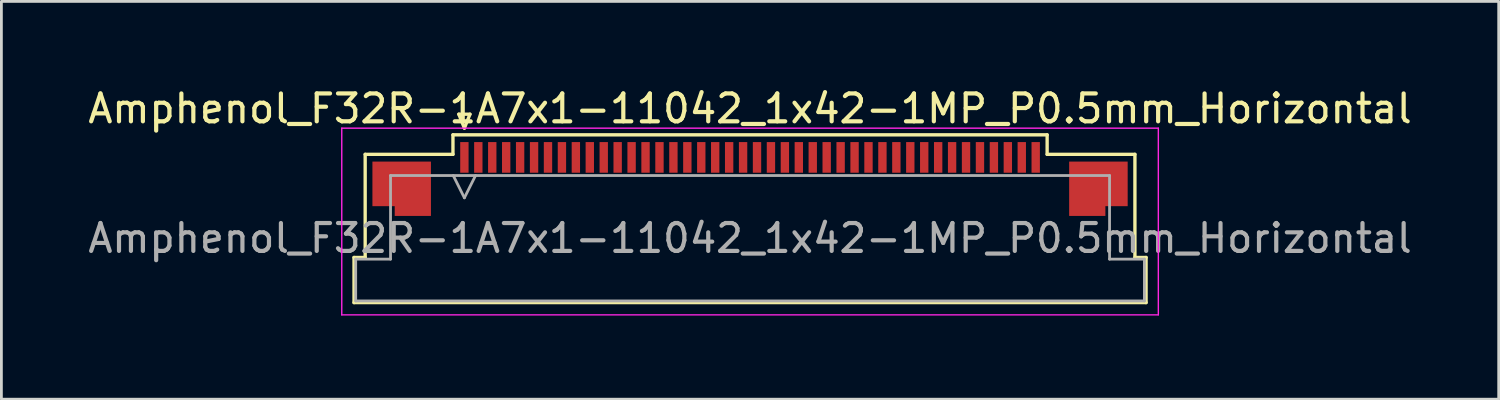
<source format=kicad_pcb>
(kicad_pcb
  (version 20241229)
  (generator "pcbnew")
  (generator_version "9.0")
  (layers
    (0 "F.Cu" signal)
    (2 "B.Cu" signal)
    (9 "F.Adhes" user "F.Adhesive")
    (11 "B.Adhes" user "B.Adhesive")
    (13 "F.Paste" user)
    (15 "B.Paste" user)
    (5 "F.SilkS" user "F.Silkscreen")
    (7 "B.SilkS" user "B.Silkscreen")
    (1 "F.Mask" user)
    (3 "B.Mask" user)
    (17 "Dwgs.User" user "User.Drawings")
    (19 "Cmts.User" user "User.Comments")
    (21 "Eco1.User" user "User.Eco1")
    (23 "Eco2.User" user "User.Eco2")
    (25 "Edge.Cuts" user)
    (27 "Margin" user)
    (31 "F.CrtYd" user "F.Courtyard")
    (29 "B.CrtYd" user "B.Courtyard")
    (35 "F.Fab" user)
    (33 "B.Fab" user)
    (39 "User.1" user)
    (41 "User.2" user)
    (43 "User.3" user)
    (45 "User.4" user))
  (footprint "Amphenol_F32R-1A7x1-11042_1x42-1MP_P0.5mm_Horizontal"
    (layer "F.Cu")
    (at 23.863 5.498)
    (property "Reference" "Amphenol_F32R-1A7x1-11042_1x42-1MP_P0.5mm_Horizontal" (at 0 -4.65 0) (layer "F.SilkS") (effects (font (size 1 1) (thickness 0.15))))
    (attr smd)
    (fp_line (start -14.21 0.69) (end -13.81 0.69) (stroke (width 0.12) (type solid)) (layer "F.SilkS"))
    (fp_line (start -14.21 2.31) (end -14.21 0.69) (stroke (width 0.12) (type solid)) (layer "F.SilkS"))
    (fp_line (start -13.81 -3.01) (end -10.66 -3.01) (stroke (width 0.12) (type solid)) (layer "F.SilkS"))
    (fp_line (start -13.81 0.69) (end -13.81 -3.01) (stroke (width 0.12) (type solid)) (layer "F.SilkS"))
    (fp_line (start -10.66 -3.71) (end 10.66 -3.71) (stroke (width 0.12) (type solid)) (layer "F.SilkS"))
    (fp_line (start -10.66 -3.01) (end -10.66 -3.71) (stroke (width 0.12) (type solid)) (layer "F.SilkS"))
    (fp_line (start -10.45 -4.45) (end -10.25 -3.95) (stroke (width 0.12) (type solid)) (layer "F.SilkS"))
    (fp_line (start -10.25 -3.95) (end -10.05 -4.45) (stroke (width 0.12) (type solid)) (layer "F.SilkS"))
    (fp_line (start -10.05 -4.45) (end -10.45 -4.45) (stroke (width 0.12) (type solid)) (layer "F.SilkS"))
    (fp_line (start 10.66 -3.71) (end 10.66 -3.01) (stroke (width 0.12) (type solid)) (layer "F.SilkS"))
    (fp_line (start 10.66 -3.01) (end 13.81 -3.01) (stroke (width 0.12) (type solid)) (layer "F.SilkS"))
    (fp_line (start 13.81 -3.01) (end 13.81 0.69) (stroke (width 0.12) (type solid)) (layer "F.SilkS"))
    (fp_line (start 13.81 0.69) (end 14.21 0.69) (stroke (width 0.12) (type solid)) (layer "F.SilkS"))
    (fp_line (start 14.21 0.69) (end 14.21 2.31) (stroke (width 0.12) (type solid)) (layer "F.SilkS"))
    (fp_line (start 14.21 2.31) (end -14.21 2.31) (stroke (width 0.12) (type solid)) (layer "F.SilkS"))
    (fp_line (start -14.65 -3.95) (end -14.65 2.75) (stroke (width 0.05) (type solid)) (layer "F.CrtYd"))
    (fp_line (start -14.65 2.75) (end 14.65 2.75) (stroke (width 0.05) (type solid)) (layer "F.CrtYd"))
    (fp_line (start 14.65 -3.95) (end -14.65 -3.95) (stroke (width 0.05) (type solid)) (layer "F.CrtYd"))
    (fp_line (start 14.65 2.75) (end 14.65 -3.95) (stroke (width 0.05) (type solid)) (layer "F.CrtYd"))
    (fp_line (start -14.15 0.75) (end -12.9 0.75) (stroke (width 0.1) (type solid)) (layer "F.Fab"))
    (fp_line (start -14.15 2.25) (end -14.15 0.75) (stroke (width 0.1) (type solid)) (layer "F.Fab"))
    (fp_line (start -12.9 -2.25) (end 12.9 -2.25) (stroke (width 0.1) (type solid)) (layer "F.Fab"))
    (fp_line (start -12.9 0.75) (end -12.9 -2.25) (stroke (width 0.1) (type solid)) (layer "F.Fab"))
    (fp_line (start -10.65 -2.25) (end -10.25 -1.45) (stroke (width 0.1) (type solid)) (layer "F.Fab"))
    (fp_line (start -10.25 -1.45) (end -9.85 -2.25) (stroke (width 0.1) (type solid)) (layer "F.Fab"))
    (fp_line (start 12.9 -2.25) (end 12.9 0.75) (stroke (width 0.1) (type solid)) (layer "F.Fab"))
    (fp_line (start 12.9 0.75) (end 14.15 0.75) (stroke (width 0.1) (type solid)) (layer "F.Fab"))
    (fp_line (start 14.15 0.75) (end 14.15 2.25) (stroke (width 0.1) (type solid)) (layer "F.Fab"))
    (fp_line (start 14.15 2.25) (end -14.15 2.25) (stroke (width 0.1) (type solid)) (layer "F.Fab"))
    (fp_text user "${REFERENCE}" (at 0 0 0) (layer "F.Fab") (effects (font (size 1 1) (thickness 0.15))))
    (pad "1" smd rect (at -10.25 -2.9) (size 0.3 1.1) (layers "F.Cu" "F.Mask" "F.Paste"))
    (pad "2" smd rect (at -9.75 -2.9) (size 0.3 1.1) (layers "F.Cu" "F.Mask" "F.Paste"))
    (pad "3" smd rect (at -9.25 -2.9) (size 0.3 1.1) (layers "F.Cu" "F.Mask" "F.Paste"))
    (pad "4" smd rect (at -8.75 -2.9) (size 0.3 1.1) (layers "F.Cu" "F.Mask" "F.Paste"))
    (pad "5" smd rect (at -8.25 -2.9) (size 0.3 1.1) (layers "F.Cu" "F.Mask" "F.Paste"))
    (pad "6" smd rect (at -7.75 -2.9) (size 0.3 1.1) (layers "F.Cu" "F.Mask" "F.Paste"))
    (pad "7" smd rect (at -7.25 -2.9) (size 0.3 1.1) (layers "F.Cu" "F.Mask" "F.Paste"))
    (pad "8" smd rect (at -6.75 -2.9) (size 0.3 1.1) (layers "F.Cu" "F.Mask" "F.Paste"))
    (pad "9" smd rect (at -6.25 -2.9) (size 0.3 1.1) (layers "F.Cu" "F.Mask" "F.Paste"))
    (pad "10" smd rect (at -5.75 -2.9) (size 0.3 1.1) (layers "F.Cu" "F.Mask" "F.Paste"))
    (pad "11" smd rect (at -5.25 -2.9) (size 0.3 1.1) (layers "F.Cu" "F.Mask" "F.Paste"))
    (pad "12" smd rect (at -4.75 -2.9) (size 0.3 1.1) (layers "F.Cu" "F.Mask" "F.Paste"))
    (pad "13" smd rect (at -4.25 -2.9) (size 0.3 1.1) (layers "F.Cu" "F.Mask" "F.Paste"))
    (pad "14" smd rect (at -3.75 -2.9) (size 0.3 1.1) (layers "F.Cu" "F.Mask" "F.Paste"))
    (pad "15" smd rect (at -3.25 -2.9) (size 0.3 1.1) (layers "F.Cu" "F.Mask" "F.Paste"))
    (pad "16" smd rect (at -2.75 -2.9) (size 0.3 1.1) (layers "F.Cu" "F.Mask" "F.Paste"))
    (pad "17" smd rect (at -2.25 -2.9) (size 0.3 1.1) (layers "F.Cu" "F.Mask" "F.Paste"))
    (pad "18" smd rect (at -1.75 -2.9) (size 0.3 1.1) (layers "F.Cu" "F.Mask" "F.Paste"))
    (pad "19" smd rect (at -1.25 -2.9) (size 0.3 1.1) (layers "F.Cu" "F.Mask" "F.Paste"))
    (pad "20" smd rect (at -0.75 -2.9) (size 0.3 1.1) (layers "F.Cu" "F.Mask" "F.Paste"))
    (pad "21" smd rect (at -0.25 -2.9) (size 0.3 1.1) (layers "F.Cu" "F.Mask" "F.Paste"))
    (pad "22" smd rect (at 0.25 -2.9) (size 0.3 1.1) (layers "F.Cu" "F.Mask" "F.Paste"))
    (pad "23" smd rect (at 0.75 -2.9) (size 0.3 1.1) (layers "F.Cu" "F.Mask" "F.Paste"))
    (pad "24" smd rect (at 1.25 -2.9) (size 0.3 1.1) (layers "F.Cu" "F.Mask" "F.Paste"))
    (pad "25" smd rect (at 1.75 -2.9) (size 0.3 1.1) (layers "F.Cu" "F.Mask" "F.Paste"))
    (pad "26" smd rect (at 2.25 -2.9) (size 0.3 1.1) (layers "F.Cu" "F.Mask" "F.Paste"))
    (pad "27" smd rect (at 2.75 -2.9) (size 0.3 1.1) (layers "F.Cu" "F.Mask" "F.Paste"))
    (pad "28" smd rect (at 3.25 -2.9) (size 0.3 1.1) (layers "F.Cu" "F.Mask" "F.Paste"))
    (pad "29" smd rect (at 3.75 -2.9) (size 0.3 1.1) (layers "F.Cu" "F.Mask" "F.Paste"))
    (pad "30" smd rect (at 4.25 -2.9) (size 0.3 1.1) (layers "F.Cu" "F.Mask" "F.Paste"))
    (pad "31" smd rect (at 4.75 -2.9) (size 0.3 1.1) (layers "F.Cu" "F.Mask" "F.Paste"))
    (pad "32" smd rect (at 5.25 -2.9) (size 0.3 1.1) (layers "F.Cu" "F.Mask" "F.Paste"))
    (pad "33" smd rect (at 5.75 -2.9) (size 0.3 1.1) (layers "F.Cu" "F.Mask" "F.Paste"))
    (pad "34" smd rect (at 6.25 -2.9) (size 0.3 1.1) (layers "F.Cu" "F.Mask" "F.Paste"))
    (pad "35" smd rect (at 6.75 -2.9) (size 0.3 1.1) (layers "F.Cu" "F.Mask" "F.Paste"))
    (pad "36" smd rect (at 7.25 -2.9) (size 0.3 1.1) (layers "F.Cu" "F.Mask" "F.Paste"))
    (pad "37" smd rect (at 7.75 -2.9) (size 0.3 1.1) (layers "F.Cu" "F.Mask" "F.Paste"))
    (pad "38" smd rect (at 8.25 -2.9) (size 0.3 1.1) (layers "F.Cu" "F.Mask" "F.Paste"))
    (pad "39" smd rect (at 8.75 -2.9) (size 0.3 1.1) (layers "F.Cu" "F.Mask" "F.Paste"))
    (pad "40" smd rect (at 9.25 -2.9) (size 0.3 1.1) (layers "F.Cu" "F.Mask" "F.Paste"))
    (pad "41" smd rect (at 9.75 -2.9) (size 0.3 1.1) (layers "F.Cu" "F.Mask" "F.Paste"))
    (pad "42" smd rect (at 10.25 -2.9) (size 0.3 1.1) (layers "F.Cu" "F.Mask" "F.Paste"))
    (pad "MP" smd custom (at -12.5 -1.775) (size 1 1) (layers "F.Cu" "F.Mask" "F.Paste") (options (anchor circle)) (primitives (gr_poly (pts (xy 1.05 -0.975) (xy 1.05 0.975) (xy -0.25 0.975) (xy -0.25 0.625) (xy -1.05 0.625) (xy -1.05 -0.975) (xy 1.05 -0.975)) (width 0) (fill yes))))
    (pad "MP" smd custom (at 12.5 -1.775) (size 1 1) (layers "F.Cu" "F.Mask" "F.Paste") (options (anchor circle)) (primitives (gr_poly (pts (xy -1.05 -0.975) (xy -1.05 0.975) (xy 0.25 0.975) (xy 0.25 0.625) (xy 1.05 0.625) (xy 1.05 -0.975) (xy -1.05 -0.975)) (width 0) (fill yes)))))
  (gr_rect
    (start -3 -3)
    (end 50.726 11.273)
    (stroke (width 0.1) (type default))
    (fill no)
    (layer "Edge.Cuts")))
</source>
